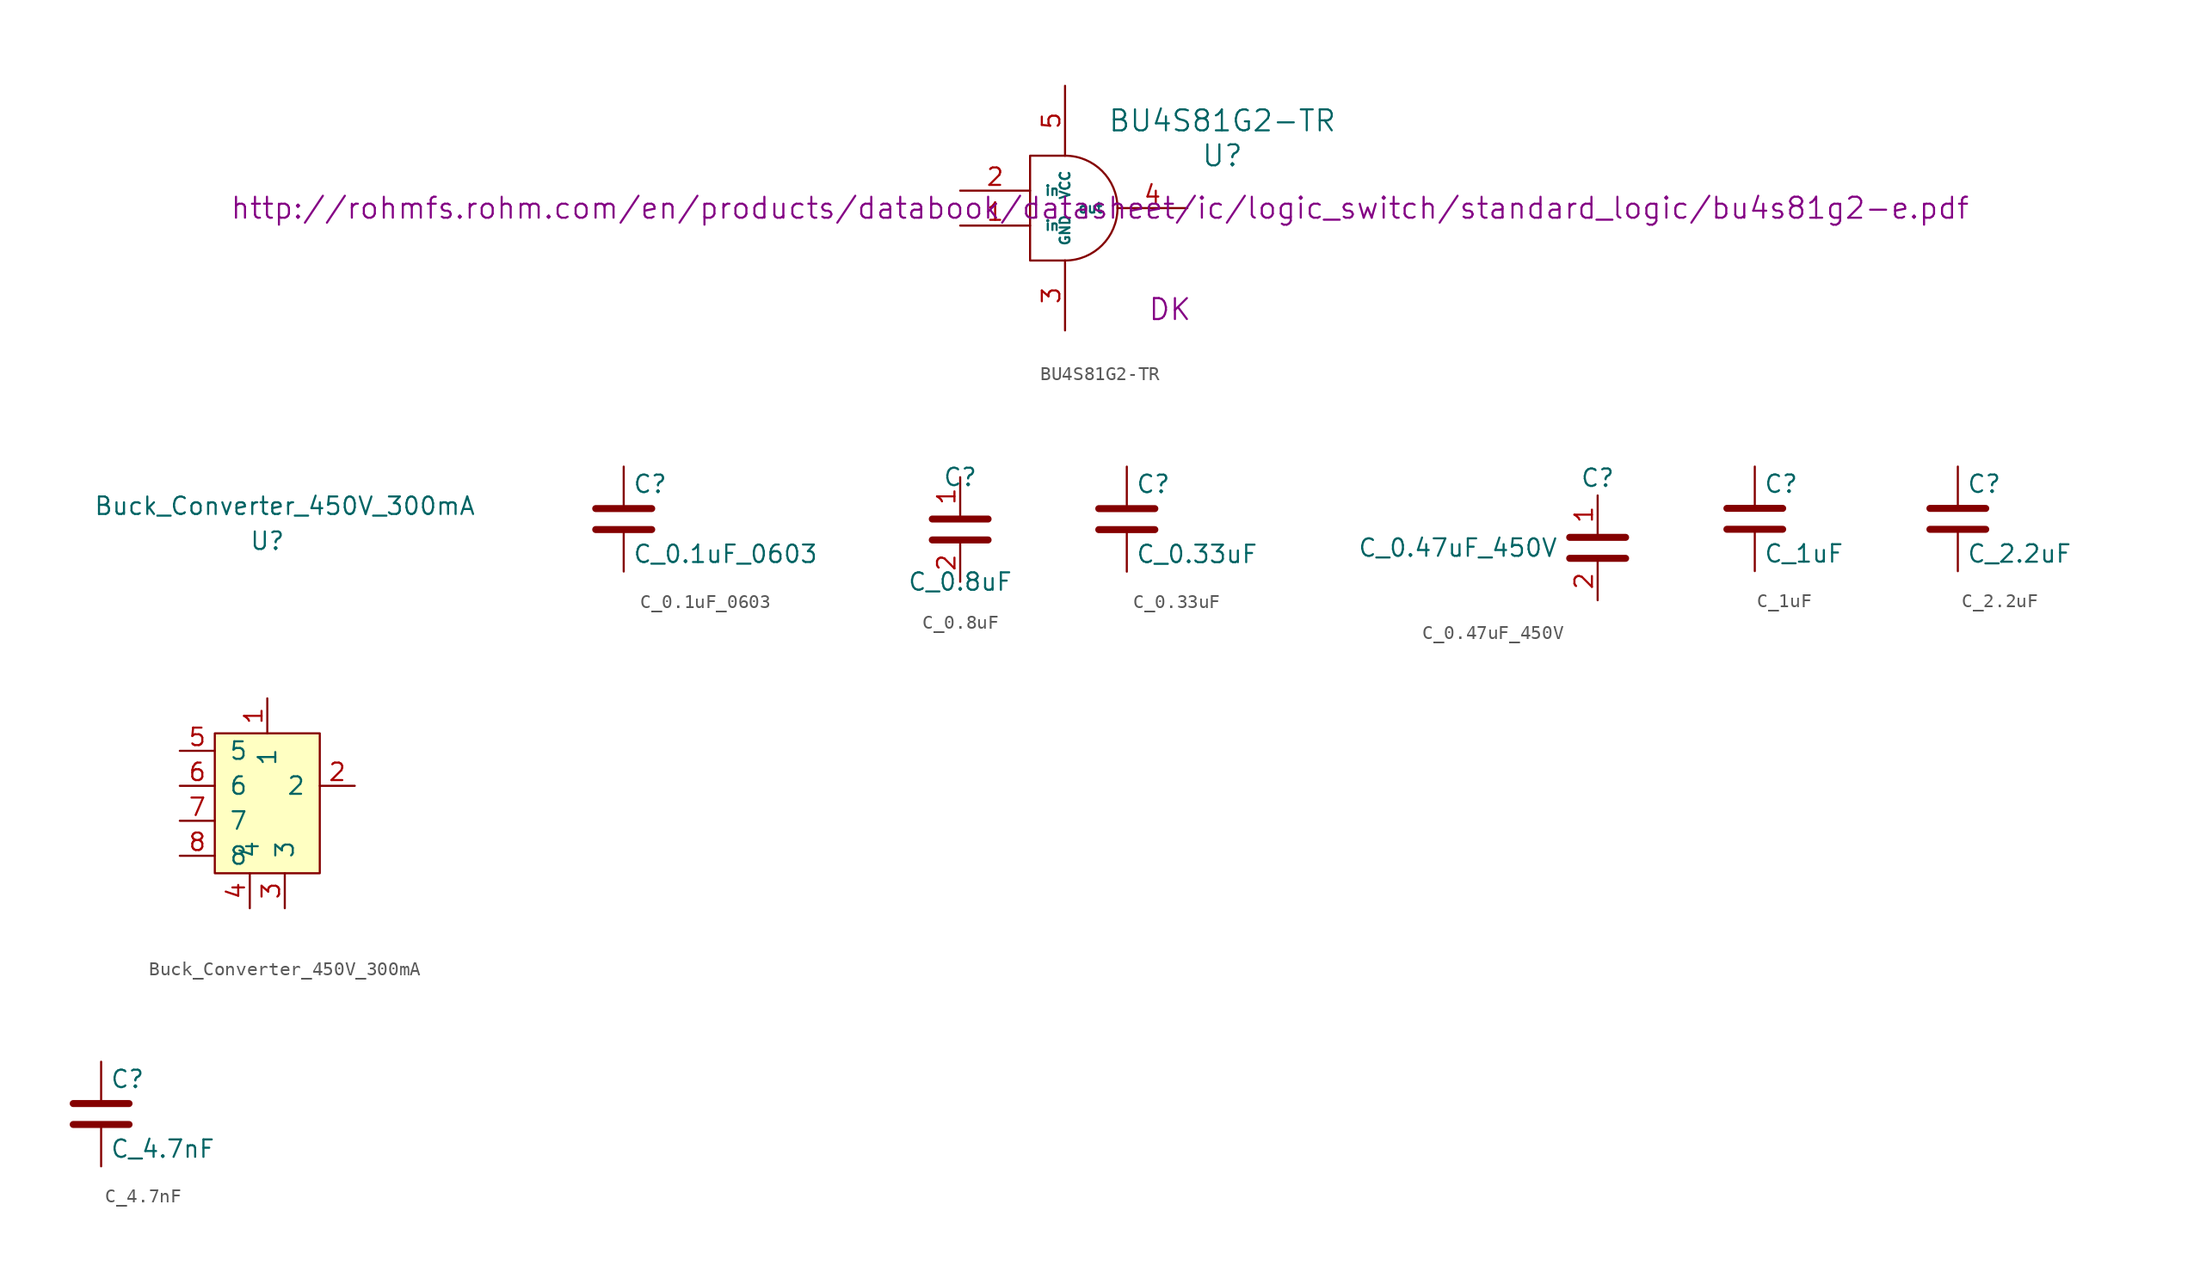
<source format=kicad_sym>
(kicad_symbol_lib
  (version 20211014)
  (generator kicad_symbol_editor)
  (symbol "BU4S81G2-TR"
    (pin_names
      (offset 1.016))
    (property "Reference" "U"
      (at 11.43 3.81 0)
      (effects (font (size 1.524 1.524))))
    (property "Value" "BU4S81G2-TR"
      (at 11.43 6.35 0)
      (effects (font (size 1.524 1.524))))
    (property "Footprint" ""
      (at 2.54 0 0)
      (effects (font (size 1.524 1.524))))
    (property "Datasheet" "http://rohmfs.rohm.com/en/products/databook/datasheet/ic/logic_switch/standard_logic/bu4s81g2-e.pdf"
      (at 2.54 0 0)
      (effects (font (size 1.524 1.524))))
    (property "MFN" "DK"
      (at 7.62 -7.366 0)
      (effects (font (size 1.524 1.524))))
    (symbol "BU4S81G2-TR_0_1"
      (polyline (pts (xy 0 3.81) (xy -2.54 3.81) (xy -2.54 -3.81) (xy 0 -3.81)) (stroke (width 0) (type default) (color 0 0 0 0)) (fill (type none))))
    (symbol "BU4S81G2-TR_1_1"
      (arc (start 0 -3.81) (mid 3.81 0) (end 0 3.81) (stroke (width 0) (type default) (color 0 0 0 0)) (fill (type none)))
      (pin bidirectional line (at -7.62 -1.27 0) (length 5.08) (name "in" (effects (font (size 0.711 0.711)))) (number "1" (effects (font (size 1.27 1.27)))))
      (pin bidirectional line (at -7.62 1.27 0) (length 5.08) (name "in" (effects (font (size 0.711 0.711)))) (number "2" (effects (font (size 1.27 1.27)))))
      (pin bidirectional line (at 0 -8.89 90) (length 5.08) (name "GND" (effects (font (size 0.711 0.711)))) (number "3" (effects (font (size 1.27 1.27)))))
      (pin bidirectional line (at 8.89 0 180) (length 5.08) (name "out" (effects (font (size 0.711 0.711)))) (number "4" (effects (font (size 1.27 1.27)))))
      (pin bidirectional line (at 0 8.89 270) (length 5.08) (name "VCC" (effects (font (size 0.711 0.711)))) (number "5" (effects (font (size 1.27 1.27)))))))
  (symbol "Buck_Converter_450V_300mA"
    (pin_names
      (offset 1.016))
    (property "Reference" "U"
      (at 0 19.05 0)
      (effects (font (size 1.27 1.27))))
    (property "Value" "Buck_Converter_450V_300mA"
      (at 1.27 21.59 0)
      (effects (font (size 1.27 1.27))))
    (symbol "Buck_Converter_450V_300mA_0_1"
      (rectangle (start -3.81 5.08) (end 3.81 -5.08) (stroke (width 0) (type default) (color 0 0 0 0)) (fill (type background))))
    (symbol "Buck_Converter_450V_300mA_1_1"
      (pin bidirectional line (at 0 7.62 270) (length 2.54) (name "1" (effects (font (size 1.27 1.27)))) (number "1" (effects (font (size 1.27 1.27)))))
      (pin bidirectional line (at 6.35 1.27 180) (length 2.54) (name "2" (effects (font (size 1.27 1.27)))) (number "2" (effects (font (size 1.27 1.27)))))
      (pin bidirectional line (at 1.27 -7.62 90) (length 2.54) (name "3" (effects (font (size 1.27 1.27)))) (number "3" (effects (font (size 1.27 1.27)))))
      (pin bidirectional line (at -1.27 -7.62 90) (length 2.54) (name "4" (effects (font (size 1.27 1.27)))) (number "4" (effects (font (size 1.27 1.27)))))
      (pin bidirectional line (at -6.35 3.81 0) (length 2.54) (name "5" (effects (font (size 1.27 1.27)))) (number "5" (effects (font (size 1.27 1.27)))))
      (pin bidirectional line (at -6.35 1.27 0) (length 2.54) (name "6" (effects (font (size 1.27 1.27)))) (number "6" (effects (font (size 1.27 1.27)))))
      (pin bidirectional line (at -6.35 -1.27 0) (length 2.54) (name "7" (effects (font (size 1.27 1.27)))) (number "7" (effects (font (size 1.27 1.27)))))
      (pin bidirectional line (at -6.35 -3.81 0) (length 2.54) (name "8" (effects (font (size 1.27 1.27)))) (number "8" (effects (font (size 1.27 1.27)))))))
  (symbol "C_0.1uF_0603"
    (pin_numbers hide)
    (pin_names
      (offset 0.254))
    (property "Reference" "C"
      (at 0.635 2.54 0)
      (effects (font (size 1.27 1.27)) (justify left)))
    (property "Value" "C_0.1uF_0603"
      (at 0.635 -2.54 0)
      (effects (font (size 1.27 1.27)) (justify left)))
    (symbol "C_0.1uF_0603_0_1"
      (polyline (pts (xy -2.032 -0.762) (xy 2.032 -0.762)) (stroke (width 0.508) (type default) (color 0 0 0 0)) (fill (type none)))
      (polyline (pts (xy -2.032 0.762) (xy 2.032 0.762)) (stroke (width 0.508) (type default) (color 0 0 0 0)) (fill (type none))))
    (symbol "C_0.1uF_0603_1_1"
      (pin passive line (at 0 3.81 270) (length 2.794) (name "~" (effects (font (size 1.27 1.27)))) (number "1" (effects (font (size 1.27 1.27)))))
      (pin passive line (at 0 -3.81 90) (length 2.794) (name "~" (effects (font (size 1.27 1.27)))) (number "2" (effects (font (size 1.27 1.27)))))))
  (symbol "C_0.8uF"
    (pin_names
      (offset 1.016))
    (property "Reference" "C"
      (at 0 3.81 0)
      (effects (font (size 1.27 1.27))))
    (property "Value" "C_0.8uF"
      (at 0 -3.81 0)
      (effects (font (size 1.27 1.27))))
    (symbol "C_0.8uF_1_1"
      (polyline (pts (xy -2.032 -0.762) (xy 2.032 -0.762)) (stroke (width 0.508) (type default) (color 0 0 0 0)) (fill (type none)))
      (polyline (pts (xy -2.032 0.762) (xy 2.032 0.762)) (stroke (width 0.508) (type default) (color 0 0 0 0)) (fill (type none)))
      (pin passive line (at 0 3.81 270) (length 2.794) (name "~" (effects (font (size 1.27 1.27)))) (number "1" (effects (font (size 1.27 1.27)))))
      (pin passive line (at 0 -3.81 90) (length 2.794) (name "~" (effects (font (size 1.27 1.27)))) (number "2" (effects (font (size 1.27 1.27)))))))
  (symbol "C_0.33uF"
    (pin_numbers hide)
    (pin_names
      (offset 0.254))
    (property "Reference" "C"
      (at 0.635 2.54 0)
      (effects (font (size 1.27 1.27)) (justify left)))
    (property "Value" "C_0.33uF"
      (at 0.635 -2.54 0)
      (effects (font (size 1.27 1.27)) (justify left)))
    (symbol "C_0.33uF_0_1"
      (polyline (pts (xy -2.032 -0.762) (xy 2.032 -0.762)) (stroke (width 0.508) (type default) (color 0 0 0 0)) (fill (type none)))
      (polyline (pts (xy -2.032 0.762) (xy 2.032 0.762)) (stroke (width 0.508) (type default) (color 0 0 0 0)) (fill (type none))))
    (symbol "C_0.33uF_1_1"
      (pin passive line (at 0 3.81 270) (length 2.794) (name "~" (effects (font (size 1.27 1.27)))) (number "1" (effects (font (size 1.27 1.27)))))
      (pin passive line (at 0 -3.81 90) (length 2.794) (name "~" (effects (font (size 1.27 1.27)))) (number "2" (effects (font (size 1.27 1.27)))))))
  (symbol "C_0.47uF_450V"
    (pin_names
      (offset 1.016))
    (property "Reference" "C"
      (at 0 5.08 0)
      (effects (font (size 1.27 1.27))))
    (property "Value" "C_0.47uF_450V"
      (at -10.16 0 0)
      (effects (font (size 1.27 1.27))))
    (symbol "C_0.47uF_450V_1_1"
      (polyline (pts (xy -2.032 -0.762) (xy 2.032 -0.762)) (stroke (width 0.508) (type default) (color 0 0 0 0)) (fill (type none)))
      (polyline (pts (xy -2.032 0.762) (xy 2.032 0.762)) (stroke (width 0.508) (type default) (color 0 0 0 0)) (fill (type none)))
      (pin passive line (at 0 3.81 270) (length 2.794) (name "~" (effects (font (size 1.27 1.27)))) (number "1" (effects (font (size 1.27 1.27)))))
      (pin passive line (at 0 -3.81 90) (length 2.794) (name "~" (effects (font (size 1.27 1.27)))) (number "2" (effects (font (size 1.27 1.27)))))))
  (symbol "C_1uF"
    (pin_numbers hide)
    (pin_names
      (offset 0.254))
    (property "Reference" "C"
      (at 0.635 3.81 0)
      (effects (font (size 1.27 1.27)) (justify left)))
    (property "Value" "C_1uF"
      (at 0.635 -1.27 0)
      (effects (font (size 1.27 1.27)) (justify left)))
    (symbol "C_1uF_0_1"
      (polyline (pts (xy -2.032 0.508) (xy 2.032 0.508)) (stroke (width 0.508) (type default) (color 0 0 0 0)) (fill (type none)))
      (polyline (pts (xy -2.032 2.032) (xy 2.032 2.032)) (stroke (width 0.508) (type default) (color 0 0 0 0)) (fill (type none))))
    (symbol "C_1uF_1_1"
      (pin passive line (at 0 5.08 270) (length 2.794) (name "~" (effects (font (size 1.27 1.27)))) (number "1" (effects (font (size 1.27 1.27)))))
      (pin passive line (at 0 -2.54 90) (length 2.794) (name "~" (effects (font (size 1.27 1.27)))) (number "2" (effects (font (size 1.27 1.27)))))))
  (symbol "C_2.2uF"
    (pin_numbers hide)
    (pin_names
      (offset 0.254))
    (property "Reference" "C"
      (at 0.635 3.81 0)
      (effects (font (size 1.27 1.27)) (justify left)))
    (property "Value" "C_2.2uF"
      (at 0.635 -1.27 0)
      (effects (font (size 1.27 1.27)) (justify left)))
    (symbol "C_2.2uF_0_1"
      (polyline (pts (xy -2.032 0.508) (xy 2.032 0.508)) (stroke (width 0.508) (type default) (color 0 0 0 0)) (fill (type none)))
      (polyline (pts (xy -2.032 2.032) (xy 2.032 2.032)) (stroke (width 0.508) (type default) (color 0 0 0 0)) (fill (type none))))
    (symbol "C_2.2uF_1_1"
      (pin passive line (at 0 5.08 270) (length 2.794) (name "~" (effects (font (size 1.27 1.27)))) (number "1" (effects (font (size 1.27 1.27)))))
      (pin passive line (at 0 -2.54 90) (length 2.794) (name "~" (effects (font (size 1.27 1.27)))) (number "2" (effects (font (size 1.27 1.27)))))))
  (symbol "C_4.7nF"
    (pin_numbers hide)
    (pin_names
      (offset 0.254))
    (property "Reference" "C"
      (at 0.635 2.54 0)
      (effects (font (size 1.27 1.27)) (justify left)))
    (property "Value" "C_4.7nF"
      (at 0.635 -2.54 0)
      (effects (font (size 1.27 1.27)) (justify left)))
    (symbol "C_4.7nF_0_1"
      (polyline (pts (xy -2.032 -0.762) (xy 2.032 -0.762)) (stroke (width 0.508) (type default) (color 0 0 0 0)) (fill (type none)))
      (polyline (pts (xy -2.032 0.762) (xy 2.032 0.762)) (stroke (width 0.508) (type default) (color 0 0 0 0)) (fill (type none))))
    (symbol "C_4.7nF_1_1"
      (pin passive line (at 0 3.81 270) (length 2.794) (name "~" (effects (font (size 1.27 1.27)))) (number "1" (effects (font (size 1.27 1.27)))))
      (pin passive line (at 0 -3.81 90) (length 2.794) (name "~" (effects (font (size 1.27 1.27)))) (number "2" (effects (font (size 1.27 1.27))))))))
</source>
